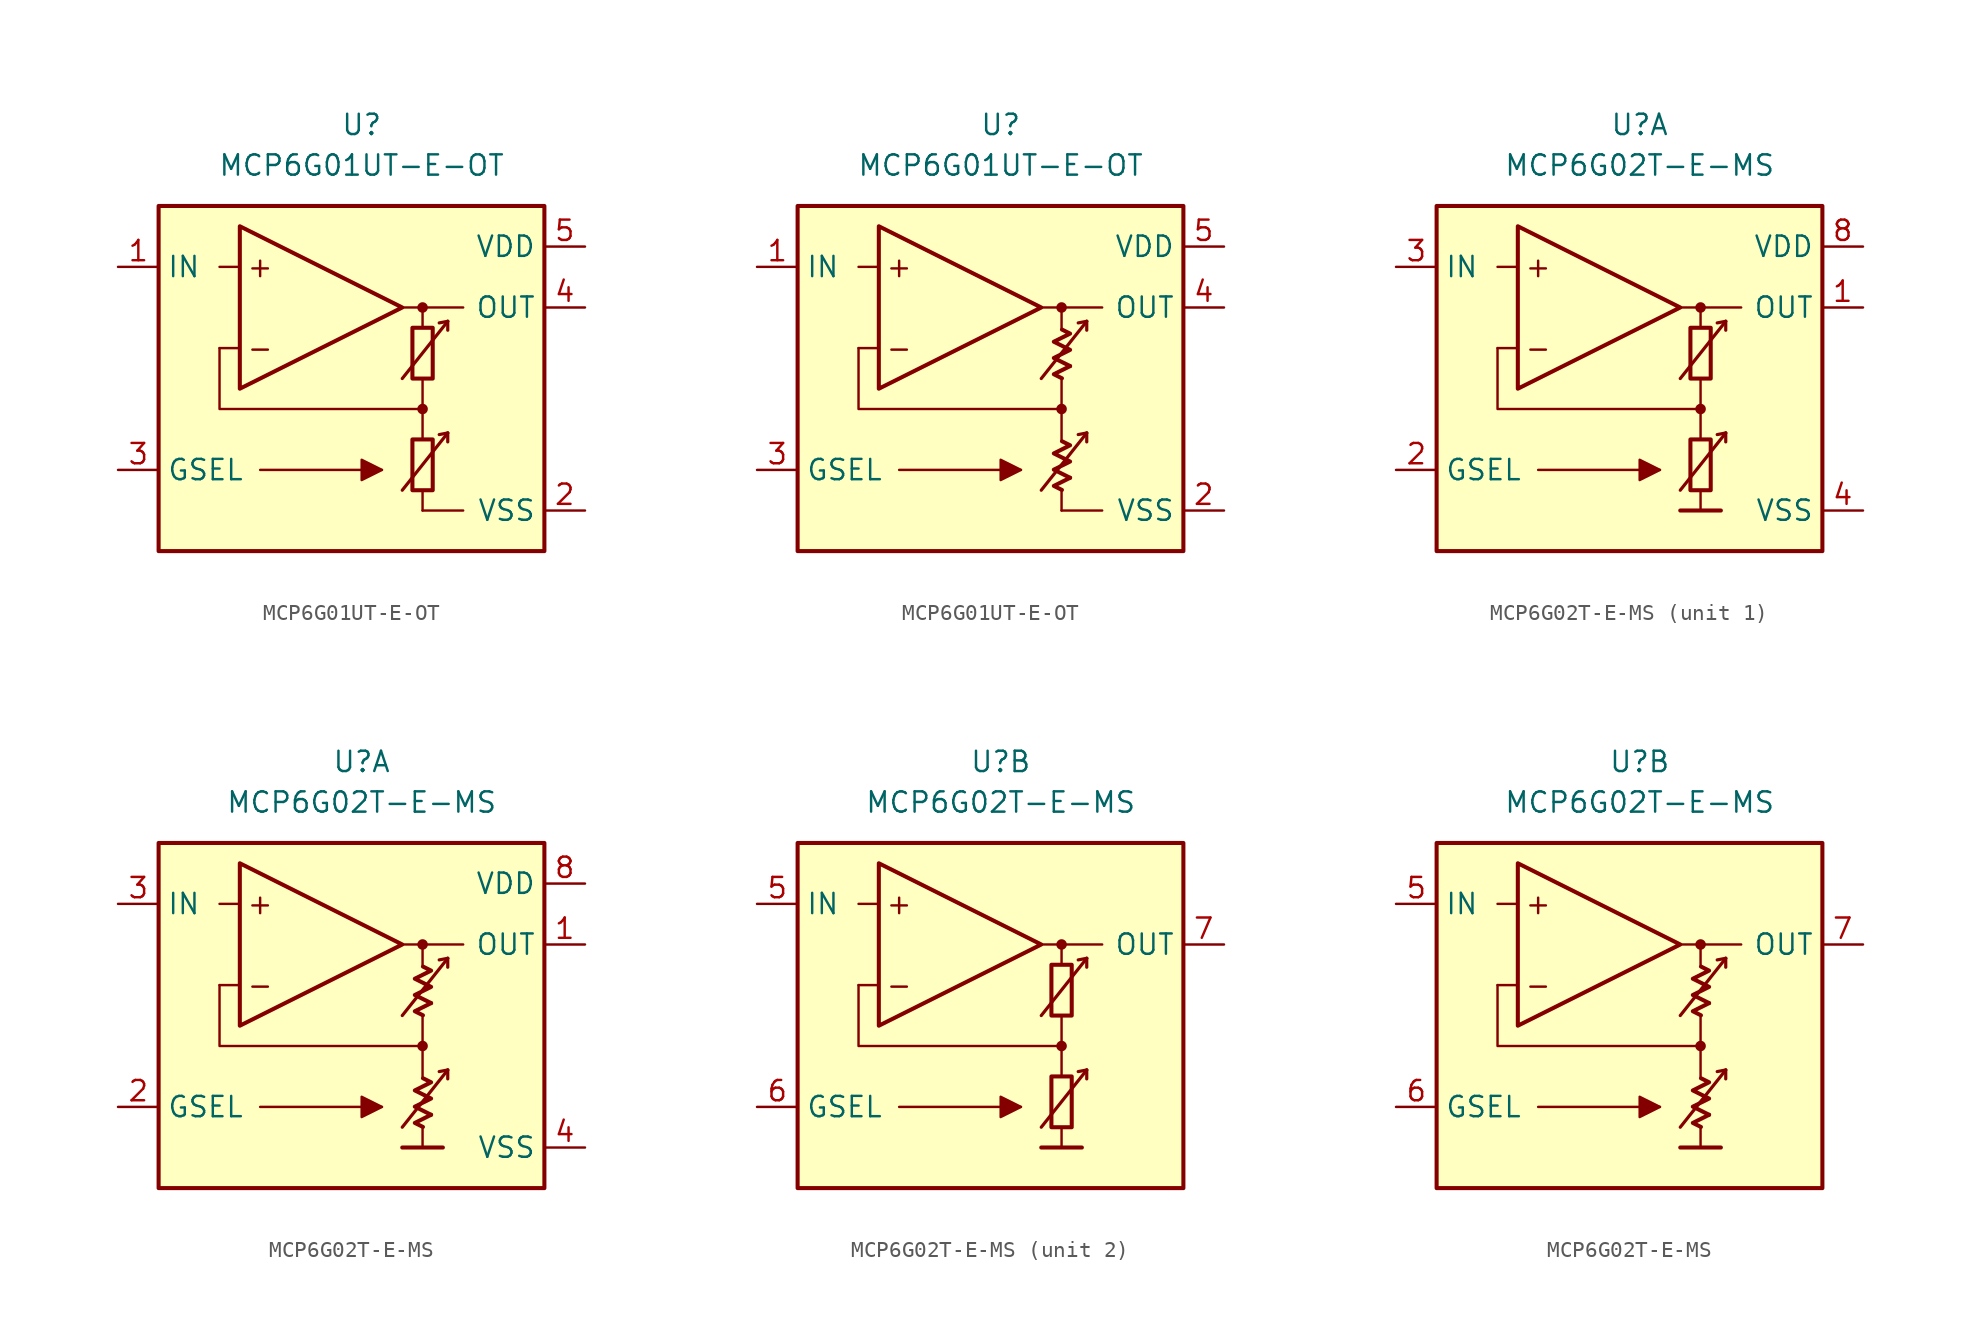
<source format=kicad_sym>
(kicad_symbol_lib
  (version 20231120)
  (generator "kicad_symbol_editor")
  (generator_version "8.0")
  (symbol "MCP6G01UT-E-OT"
    (property "Reference" "U"
      (at 0 16.51 0)
      (effects (font (size 1.27 1.27))))
    (property "Value" "MCP6G01UT-E-OT"
      (at 0 13.97 0)
      (effects (font (size 1.27 1.27))))
    (symbol "MCP6G01UT-E-OT_0_0"
      (rectangle (start -12.7 11.43) (end 11.43 -10.16) (stroke (width 0.254) (type default)) (fill (type background)))
      (polyline (pts (xy 3.81 -3.81)) (stroke (width 0.152) (type default)) (fill (type none)))
      (polyline (pts (xy 3.81 -3.175)) (stroke (width 0.152) (type default)) (fill (type none)))
      (polyline (pts (xy 3.81 3.81)) (stroke (width 0.152) (type default)) (fill (type none)))
      (polyline (pts (xy 3.81 3.81)) (stroke (width 0.152) (type default)) (fill (type none)))
      (polyline (pts (xy -7.62 2.54) (xy -8.89 2.54)) (stroke (width 0.152) (type default)) (fill (type none)))
      (polyline (pts (xy -7.62 7.62) (xy -8.89 7.62)) (stroke (width 0.152) (type default)) (fill (type none)))
      (polyline (pts (xy 2.54 5.08) (xy 6.35 5.08)) (stroke (width 0.152) (type default)) (fill (type none)))
      (polyline (pts (xy 3.81 -7.62) (xy 6.35 -7.62)) (stroke (width 0.152) (type default)) (fill (type none)))
      (polyline (pts (xy 3.81 -6.35) (xy 3.81 -7.62)) (stroke (width 0.152) (type default)) (fill (type none)))
      (polyline (pts (xy 3.81 -1.27) (xy 3.81 -3.175)) (stroke (width 0.152) (type default)) (fill (type none)))
      (polyline (pts (xy 3.81 0.635) (xy 3.81 -1.27)) (stroke (width 0.152) (type default)) (fill (type none)))
      (polyline (pts (xy 3.81 5.08) (xy 3.81 3.81)) (stroke (width 0.152) (type default)) (fill (type none)))
      (polyline (pts (xy 3.81 -1.27) (xy -8.89 -1.27) (xy -8.89 2.54)) (stroke (width 0.152) (type default)) (fill (type none)))
      (circle (center 3.81 -1.27) (radius 0.254) (stroke (width 0.152) (type default)) (fill (type outline)))
      (circle (center 3.81 5.08) (radius 0.254) (stroke (width 0.152) (type default)) (fill (type outline)))
      (text "+" (at -6.35 7.62 0) (effects (font (size 1.27 1.27))))
      (text "-" (at -6.35 2.54 0) (effects (font (size 1.27 1.27)))))
    (symbol "MCP6G01UT-E-OT_0_1"
      (rectangle (start 3.175 -3.175) (end 4.445 -6.35) (stroke (width 0.254) (type default)) (fill (type none)))
      (rectangle (start 3.175 3.81) (end 4.445 0.635) (stroke (width 0.254) (type default)) (fill (type none))))
    (symbol "MCP6G01UT-E-OT_0_2"
      (polyline (pts (xy 4.343 -5.572) (xy 3.326 -6.08) (xy 3.834 -6.333)) (stroke (width 0.254) (type default)) (fill (type none)))
      (polyline (pts (xy 4.343 1.413) (xy 3.326 0.905) (xy 3.834 0.651)) (stroke (width 0.254) (type default)) (fill (type none)))
      (polyline (pts (xy 3.834 -3.285) (xy 4.343 -3.539) (xy 3.326 -4.048) (xy 4.343 -4.556) (xy 3.326 -5.064) (xy 4.343 -5.572)) (stroke (width 0.254) (type default)) (fill (type none)))
      (polyline (pts (xy 3.834 3.7) (xy 4.343 3.446) (xy 3.326 2.938) (xy 4.343 2.429) (xy 3.326 1.921) (xy 4.343 1.413)) (stroke (width 0.254) (type default)) (fill (type none))))
    (symbol "MCP6G01UT-E-OT_1_0"
      (polyline (pts (xy -6.35 -5.08) (xy 1.27 -5.08)) (stroke (width 0.152) (type default)) (fill (type none)))
      (polyline (pts (xy 5.385 -2.769) (xy 4.851 -2.87)) (stroke (width 0.2) (type default)) (fill (type none)))
      (polyline (pts (xy 5.385 -2.769) (xy 5.385 -3.327)) (stroke (width 0.2) (type default)) (fill (type none)))
      (polyline (pts (xy 5.385 4.216) (xy 4.851 4.115)) (stroke (width 0.2) (type default)) (fill (type none)))
      (polyline (pts (xy 5.385 4.216) (xy 5.385 3.658)) (stroke (width 0.2) (type default)) (fill (type none)))
      (polyline (pts (xy -7.62 10.16) (xy -7.62 0) (xy 2.54 5.08) (xy -7.62 10.16)) (stroke (width 0.254) (type default)) (fill (type background)))
      (polyline (pts (xy 2.54 -6.35) (xy 5.385 -2.769) (xy 5.385 -2.769) (xy 5.385 -2.769)) (stroke (width 0.2) (type default)) (fill (type none)))
      (polyline (pts (xy 2.54 0.635) (xy 5.385 4.216) (xy 5.385 4.216) (xy 5.385 4.216)) (stroke (width 0.2) (type default)) (fill (type none)))
      (polyline (pts (xy 1.27 -5.08) (xy 0 -4.445) (xy 0 -5.715) (xy 1.27 -5.08) (xy 0 -4.445)) (stroke (width 0.152) (type default)) (fill (type outline))))
    (symbol "MCP6G01UT-E-OT_1_1"
      (pin input line (at -15.24 7.62 0) (length 2.54) (name "IN" (effects (font (size 1.27 1.27)))) (number "1" (effects (font (size 1.27 1.27)))))
      (pin power_in line (at 13.97 -7.62 180) (length 2.54) (name "VSS" (effects (font (size 1.27 1.27)))) (number "2" (effects (font (size 1.27 1.27)))))
      (pin input line (at -15.24 -5.08 0) (length 2.54) (name "GSEL" (effects (font (size 1.27 1.27)))) (number "3" (effects (font (size 1.27 1.27)))))
      (pin output line (at 13.97 5.08 180) (length 2.54) (name "OUT" (effects (font (size 1.27 1.27)))) (number "4" (effects (font (size 1.27 1.27)))))
      (pin power_in line (at 13.97 8.89 180) (length 2.54) (name "VDD" (effects (font (size 1.27 1.27)))) (number "5" (effects (font (size 1.27 1.27))))))
    (symbol "MCP6G01UT-E-OT_1_2"
      (pin input line (at -15.24 7.62 0) (length 2.54) (name "IN" (effects (font (size 1.27 1.27)))) (number "1" (effects (font (size 1.27 1.27)))))
      (pin power_in line (at 13.97 -7.62 180) (length 2.54) (name "VSS" (effects (font (size 1.27 1.27)))) (number "2" (effects (font (size 1.27 1.27)))))
      (pin input line (at -15.24 -5.08 0) (length 2.54) (name "GSEL" (effects (font (size 1.27 1.27)))) (number "3" (effects (font (size 1.27 1.27)))))
      (pin output line (at 13.97 5.08 180) (length 2.54) (name "OUT" (effects (font (size 1.27 1.27)))) (number "4" (effects (font (size 1.27 1.27)))))
      (pin power_in line (at 13.97 8.89 180) (length 2.54) (name "VDD" (effects (font (size 1.27 1.27)))) (number "5" (effects (font (size 1.27 1.27)))))))
  (symbol "MCP6G02T-E-MS"
    (property "Reference" "U"
      (at 0 16.51 0)
      (effects (font (size 1.27 1.27))))
    (property "Value" "MCP6G02T-E-MS"
      (at 0 13.97 0)
      (effects (font (size 1.27 1.27))))
    (property "ki_locked" ""
      (at 0 0 0)
      (effects (font (size 1.27 1.27))))
    (symbol "MCP6G02T-E-MS_0_0"
      (rectangle (start -12.7 11.43) (end 11.43 -10.16) (stroke (width 0.254) (type default)) (fill (type background)))
      (polyline (pts (xy 3.81 -3.81)) (stroke (width 0.152) (type default)) (fill (type none)))
      (polyline (pts (xy 3.81 -3.175)) (stroke (width 0.152) (type default)) (fill (type none)))
      (polyline (pts (xy 3.81 3.81)) (stroke (width 0.152) (type default)) (fill (type none)))
      (polyline (pts (xy 3.81 3.81)) (stroke (width 0.152) (type default)) (fill (type none)))
      (polyline (pts (xy -7.62 2.54) (xy -8.89 2.54)) (stroke (width 0.152) (type default)) (fill (type none)))
      (polyline (pts (xy -7.62 7.62) (xy -8.89 7.62)) (stroke (width 0.152) (type default)) (fill (type none)))
      (polyline (pts (xy -6.35 -5.08) (xy 1.27 -5.08)) (stroke (width 0.152) (type default)) (fill (type none)))
      (polyline (pts (xy 2.54 -7.62) (xy 5.08 -7.62)) (stroke (width 0.254) (type default)) (fill (type none)))
      (polyline (pts (xy 2.54 5.08) (xy 6.35 5.08)) (stroke (width 0.152) (type default)) (fill (type none)))
      (polyline (pts (xy 3.81 -6.35) (xy 3.81 -7.62)) (stroke (width 0.152) (type default)) (fill (type none)))
      (polyline (pts (xy 3.81 -1.27) (xy 3.81 -3.175)) (stroke (width 0.152) (type default)) (fill (type none)))
      (polyline (pts (xy 3.81 0.635) (xy 3.81 -1.27)) (stroke (width 0.152) (type default)) (fill (type none)))
      (polyline (pts (xy 3.81 5.08) (xy 3.81 3.81)) (stroke (width 0.152) (type default)) (fill (type none)))
      (polyline (pts (xy 5.385 -2.769) (xy 4.851 -2.87)) (stroke (width 0.2) (type default)) (fill (type none)))
      (polyline (pts (xy 5.385 -2.769) (xy 5.385 -3.327)) (stroke (width 0.2) (type default)) (fill (type none)))
      (polyline (pts (xy 5.385 4.216) (xy 4.851 4.115)) (stroke (width 0.2) (type default)) (fill (type none)))
      (polyline (pts (xy 5.385 4.216) (xy 5.385 3.658)) (stroke (width 0.2) (type default)) (fill (type none)))
      (polyline (pts (xy 3.81 -1.27) (xy -8.89 -1.27) (xy -8.89 2.54)) (stroke (width 0.152) (type default)) (fill (type none)))
      (polyline (pts (xy -7.62 10.16) (xy -7.62 0) (xy 2.54 5.08) (xy -7.62 10.16)) (stroke (width 0.254) (type default)) (fill (type background)))
      (polyline (pts (xy 2.54 -6.35) (xy 5.385 -2.769) (xy 5.385 -2.769) (xy 5.385 -2.769)) (stroke (width 0.2) (type default)) (fill (type none)))
      (polyline (pts (xy 2.54 0.635) (xy 5.385 4.216) (xy 5.385 4.216) (xy 5.385 4.216)) (stroke (width 0.2) (type default)) (fill (type none)))
      (polyline (pts (xy 1.27 -5.08) (xy 0 -4.445) (xy 0 -5.715) (xy 1.27 -5.08) (xy 0 -4.445)) (stroke (width 0.152) (type default)) (fill (type outline)))
      (circle (center 3.81 -1.27) (radius 0.254) (stroke (width 0.152) (type default)) (fill (type outline)))
      (circle (center 3.81 5.08) (radius 0.254) (stroke (width 0.152) (type default)) (fill (type outline)))
      (text "+" (at -6.35 7.62 0) (effects (font (size 1.27 1.27))))
      (text "-" (at -6.35 2.54 0) (effects (font (size 1.27 1.27)))))
    (symbol "MCP6G02T-E-MS_0_1"
      (rectangle (start 3.175 -3.175) (end 4.445 -6.35) (stroke (width 0.254) (type default)) (fill (type none)))
      (rectangle (start 3.175 3.81) (end 4.445 0.635) (stroke (width 0.254) (type default)) (fill (type none))))
    (symbol "MCP6G02T-E-MS_0_2"
      (polyline (pts (xy 4.343 -5.572) (xy 3.326 -6.08) (xy 3.834 -6.333)) (stroke (width 0.254) (type default)) (fill (type none)))
      (polyline (pts (xy 4.343 1.413) (xy 3.326 0.905) (xy 3.834 0.651)) (stroke (width 0.254) (type default)) (fill (type none)))
      (polyline (pts (xy 3.834 -3.285) (xy 4.343 -3.539) (xy 3.326 -4.048) (xy 4.343 -4.556) (xy 3.326 -5.064) (xy 4.343 -5.572)) (stroke (width 0.254) (type default)) (fill (type none)))
      (polyline (pts (xy 3.834 3.7) (xy 4.343 3.446) (xy 3.326 2.938) (xy 4.343 2.429) (xy 3.326 1.921) (xy 4.343 1.413)) (stroke (width 0.254) (type default)) (fill (type none))))
    (symbol "MCP6G02T-E-MS_1_1"
      (pin output line (at 13.97 5.08 180) (length 2.54) (name "OUT" (effects (font (size 1.27 1.27)))) (number "1" (effects (font (size 1.27 1.27)))))
      (pin input line (at -15.24 -5.08 0) (length 2.54) (name "GSEL" (effects (font (size 1.27 1.27)))) (number "2" (effects (font (size 1.27 1.27)))))
      (pin input line (at -15.24 7.62 0) (length 2.54) (name "IN" (effects (font (size 1.27 1.27)))) (number "3" (effects (font (size 1.27 1.27)))))
      (pin power_in line (at 13.97 -7.62 180) (length 2.54) (name "VSS" (effects (font (size 1.27 1.27)))) (number "4" (effects (font (size 1.27 1.27)))))
      (pin power_in line (at 13.97 8.89 180) (length 2.54) (name "VDD" (effects (font (size 1.27 1.27)))) (number "8" (effects (font (size 1.27 1.27))))))
    (symbol "MCP6G02T-E-MS_1_2"
      (pin output line (at 13.97 5.08 180) (length 2.54) (name "OUT" (effects (font (size 1.27 1.27)))) (number "1" (effects (font (size 1.27 1.27)))))
      (pin input line (at -15.24 -5.08 0) (length 2.54) (name "GSEL" (effects (font (size 1.27 1.27)))) (number "2" (effects (font (size 1.27 1.27)))))
      (pin input line (at -15.24 7.62 0) (length 2.54) (name "IN" (effects (font (size 1.27 1.27)))) (number "3" (effects (font (size 1.27 1.27)))))
      (pin power_in line (at 13.97 -7.62 180) (length 2.54) (name "VSS" (effects (font (size 1.27 1.27)))) (number "4" (effects (font (size 1.27 1.27)))))
      (pin power_in line (at 13.97 8.89 180) (length 2.54) (name "VDD" (effects (font (size 1.27 1.27)))) (number "8" (effects (font (size 1.27 1.27))))))
    (symbol "MCP6G02T-E-MS_2_1"
      (pin input line (at -15.24 7.62 0) (length 2.54) (name "IN" (effects (font (size 1.27 1.27)))) (number "5" (effects (font (size 1.27 1.27)))))
      (pin input line (at -15.24 -5.08 0) (length 2.54) (name "GSEL" (effects (font (size 1.27 1.27)))) (number "6" (effects (font (size 1.27 1.27)))))
      (pin output line (at 13.97 5.08 180) (length 2.54) (name "OUT" (effects (font (size 1.27 1.27)))) (number "7" (effects (font (size 1.27 1.27))))))
    (symbol "MCP6G02T-E-MS_2_2"
      (pin input line (at -15.24 7.62 0) (length 2.54) (name "IN" (effects (font (size 1.27 1.27)))) (number "5" (effects (font (size 1.27 1.27)))))
      (pin input line (at -15.24 -5.08 0) (length 2.54) (name "GSEL" (effects (font (size 1.27 1.27)))) (number "6" (effects (font (size 1.27 1.27)))))
      (pin output line (at 13.97 5.08 180) (length 2.54) (name "OUT" (effects (font (size 1.27 1.27)))) (number "7" (effects (font (size 1.27 1.27))))))))
</source>
